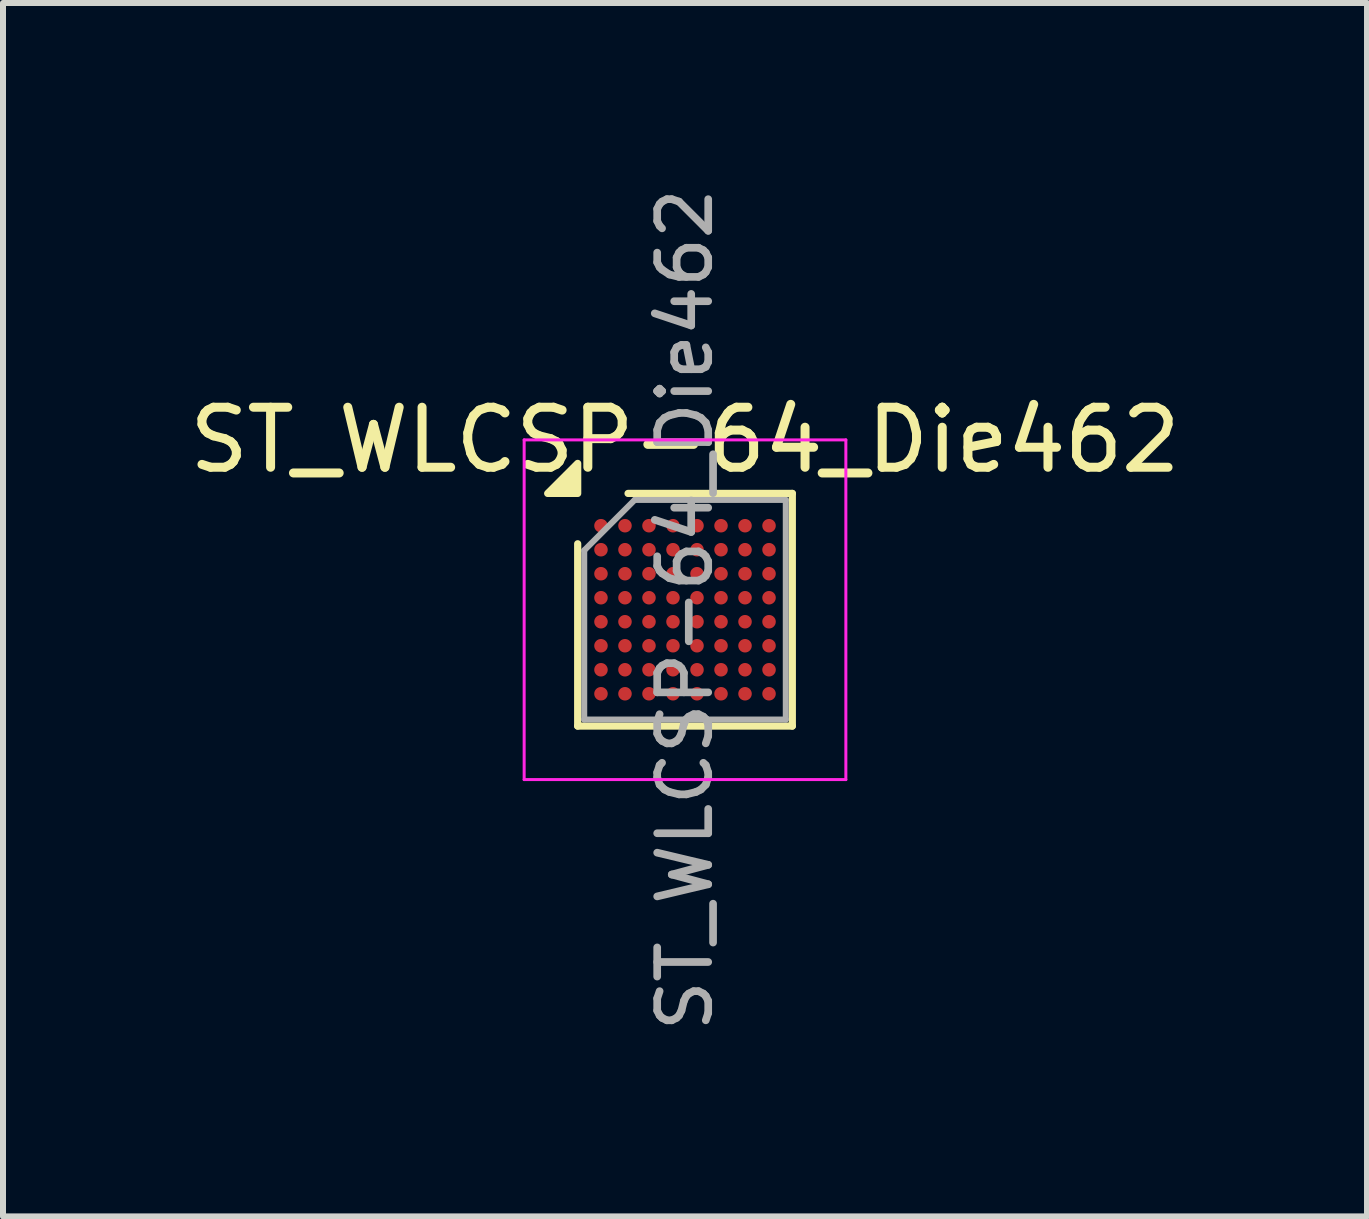
<source format=kicad_pcb>
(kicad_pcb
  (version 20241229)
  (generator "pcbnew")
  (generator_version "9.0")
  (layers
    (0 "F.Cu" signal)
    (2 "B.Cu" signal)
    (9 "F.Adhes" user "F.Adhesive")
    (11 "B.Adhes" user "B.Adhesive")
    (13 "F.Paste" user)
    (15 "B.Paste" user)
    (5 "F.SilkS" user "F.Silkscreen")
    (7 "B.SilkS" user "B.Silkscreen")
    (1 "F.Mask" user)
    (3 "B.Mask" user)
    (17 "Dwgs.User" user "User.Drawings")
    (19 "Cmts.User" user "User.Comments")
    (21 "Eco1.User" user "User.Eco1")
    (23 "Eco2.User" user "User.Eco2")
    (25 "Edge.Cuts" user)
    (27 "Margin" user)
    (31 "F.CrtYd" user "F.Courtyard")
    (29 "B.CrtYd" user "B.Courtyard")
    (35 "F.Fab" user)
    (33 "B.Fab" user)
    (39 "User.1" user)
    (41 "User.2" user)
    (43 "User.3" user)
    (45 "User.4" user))
  (footprint "ST_WLCSP-64_Die462"
    (layer "F.Cu")
    (at 8.363 7.109)
    (property "Reference" "ST_WLCSP-64_Die462" (at 0 -2.829 0) (layer "F.SilkS") (effects (font (size 1 1) (thickness 0.15))))
    (attr smd)
    (fp_line (start -1.788 1.938) (end -1.788 -1.099) (stroke (width 0.12) (type solid)) (layer "F.SilkS"))
    (fp_line (start -0.949 -1.938) (end 1.788 -1.938) (stroke (width 0.12) (type solid)) (layer "F.SilkS"))
    (fp_line (start 1.788 -1.938) (end 1.788 1.938) (stroke (width 0.12) (type solid)) (layer "F.SilkS"))
    (fp_line (start 1.788 1.938) (end -1.788 1.938) (stroke (width 0.12) (type solid)) (layer "F.SilkS"))
    (fp_poly (pts (xy -1.788 -1.938) (xy -2.288 -1.938) (xy -1.788 -2.438) (xy -1.788 -1.938)) (stroke (width 0.12) (type solid)) (fill yes) (layer "F.SilkS"))
    (fp_line (start -2.68 -2.83) (end -2.68 2.83) (stroke (width 0.05) (type solid)) (layer "F.CrtYd"))
    (fp_line (start -2.68 2.83) (end 2.68 2.83) (stroke (width 0.05) (type solid)) (layer "F.CrtYd"))
    (fp_line (start 2.68 -2.83) (end -2.68 -2.83) (stroke (width 0.05) (type solid)) (layer "F.CrtYd"))
    (fp_line (start 2.68 2.83) (end 2.68 -2.83) (stroke (width 0.05) (type solid)) (layer "F.CrtYd"))
    (fp_line (start -1.679 -0.989) (end -0.839 -1.829) (stroke (width 0.1) (type solid)) (layer "F.Fab"))
    (fp_line (start -1.679 1.829) (end -1.679 -0.989) (stroke (width 0.1) (type solid)) (layer "F.Fab"))
    (fp_line (start -0.839 -1.829) (end 1.679 -1.829) (stroke (width 0.1) (type solid)) (layer "F.Fab"))
    (fp_line (start 1.679 -1.829) (end 1.679 1.829) (stroke (width 0.1) (type solid)) (layer "F.Fab"))
    (fp_line (start 1.679 1.829) (end -1.679 1.829) (stroke (width 0.1) (type solid)) (layer "F.Fab"))
    (fp_text user "${REFERENCE}" (at 0 0 270) (layer "F.Fab") (effects (font (size 0.85 0.85) (thickness 0.128))))
    (pad "A1" smd circle (at -1.4 -1.4) (size 0.225 0.225) (property pad_prop_bga) (layers "F.Cu" "F.Mask" "F.Paste"))
    (pad "A2" smd circle (at -1 -1.4) (size 0.225 0.225) (property pad_prop_bga) (layers "F.Cu" "F.Mask" "F.Paste"))
    (pad "A3" smd circle (at -0.6 -1.4) (size 0.225 0.225) (property pad_prop_bga) (layers "F.Cu" "F.Mask" "F.Paste"))
    (pad "A4" smd circle (at -0.2 -1.4) (size 0.225 0.225) (property pad_prop_bga) (layers "F.Cu" "F.Mask" "F.Paste"))
    (pad "A5" smd circle (at 0.2 -1.4) (size 0.225 0.225) (property pad_prop_bga) (layers "F.Cu" "F.Mask" "F.Paste"))
    (pad "A6" smd circle (at 0.6 -1.4) (size 0.225 0.225) (property pad_prop_bga) (layers "F.Cu" "F.Mask" "F.Paste"))
    (pad "A7" smd circle (at 1 -1.4) (size 0.225 0.225) (property pad_prop_bga) (layers "F.Cu" "F.Mask" "F.Paste"))
    (pad "A8" smd circle (at 1.4 -1.4) (size 0.225 0.225) (property pad_prop_bga) (layers "F.Cu" "F.Mask" "F.Paste"))
    (pad "B1" smd circle (at -1.4 -1) (size 0.225 0.225) (property pad_prop_bga) (layers "F.Cu" "F.Mask" "F.Paste"))
    (pad "B2" smd circle (at -1 -1) (size 0.225 0.225) (property pad_prop_bga) (layers "F.Cu" "F.Mask" "F.Paste"))
    (pad "B3" smd circle (at -0.6 -1) (size 0.225 0.225) (property pad_prop_bga) (layers "F.Cu" "F.Mask" "F.Paste"))
    (pad "B4" smd circle (at -0.2 -1) (size 0.225 0.225) (property pad_prop_bga) (layers "F.Cu" "F.Mask" "F.Paste"))
    (pad "B5" smd circle (at 0.2 -1) (size 0.225 0.225) (property pad_prop_bga) (layers "F.Cu" "F.Mask" "F.Paste"))
    (pad "B6" smd circle (at 0.6 -1) (size 0.225 0.225) (property pad_prop_bga) (layers "F.Cu" "F.Mask" "F.Paste"))
    (pad "B7" smd circle (at 1 -1) (size 0.225 0.225) (property pad_prop_bga) (layers "F.Cu" "F.Mask" "F.Paste"))
    (pad "B8" smd circle (at 1.4 -1) (size 0.225 0.225) (property pad_prop_bga) (layers "F.Cu" "F.Mask" "F.Paste"))
    (pad "C1" smd circle (at -1.4 -0.6) (size 0.225 0.225) (property pad_prop_bga) (layers "F.Cu" "F.Mask" "F.Paste"))
    (pad "C2" smd circle (at -1 -0.6) (size 0.225 0.225) (property pad_prop_bga) (layers "F.Cu" "F.Mask" "F.Paste"))
    (pad "C3" smd circle (at -0.6 -0.6) (size 0.225 0.225) (property pad_prop_bga) (layers "F.Cu" "F.Mask" "F.Paste"))
    (pad "C4" smd circle (at -0.2 -0.6) (size 0.225 0.225) (property pad_prop_bga) (layers "F.Cu" "F.Mask" "F.Paste"))
    (pad "C5" smd circle (at 0.2 -0.6) (size 0.225 0.225) (property pad_prop_bga) (layers "F.Cu" "F.Mask" "F.Paste"))
    (pad "C6" smd circle (at 0.6 -0.6) (size 0.225 0.225) (property pad_prop_bga) (layers "F.Cu" "F.Mask" "F.Paste"))
    (pad "C7" smd circle (at 1 -0.6) (size 0.225 0.225) (property pad_prop_bga) (layers "F.Cu" "F.Mask" "F.Paste"))
    (pad "C8" smd circle (at 1.4 -0.6) (size 0.225 0.225) (property pad_prop_bga) (layers "F.Cu" "F.Mask" "F.Paste"))
    (pad "D1" smd circle (at -1.4 -0.2) (size 0.225 0.225) (property pad_prop_bga) (layers "F.Cu" "F.Mask" "F.Paste"))
    (pad "D2" smd circle (at -1 -0.2) (size 0.225 0.225) (property pad_prop_bga) (layers "F.Cu" "F.Mask" "F.Paste"))
    (pad "D3" smd circle (at -0.6 -0.2) (size 0.225 0.225) (property pad_prop_bga) (layers "F.Cu" "F.Mask" "F.Paste"))
    (pad "D4" smd circle (at -0.2 -0.2) (size 0.225 0.225) (property pad_prop_bga) (layers "F.Cu" "F.Mask" "F.Paste"))
    (pad "D5" smd circle (at 0.2 -0.2) (size 0.225 0.225) (property pad_prop_bga) (layers "F.Cu" "F.Mask" "F.Paste"))
    (pad "D6" smd circle (at 0.6 -0.2) (size 0.225 0.225) (property pad_prop_bga) (layers "F.Cu" "F.Mask" "F.Paste"))
    (pad "D7" smd circle (at 1 -0.2) (size 0.225 0.225) (property pad_prop_bga) (layers "F.Cu" "F.Mask" "F.Paste"))
    (pad "D8" smd circle (at 1.4 -0.2) (size 0.225 0.225) (property pad_prop_bga) (layers "F.Cu" "F.Mask" "F.Paste"))
    (pad "E1" smd circle (at -1.4 0.2) (size 0.225 0.225) (property pad_prop_bga) (layers "F.Cu" "F.Mask" "F.Paste"))
    (pad "E2" smd circle (at -1 0.2) (size 0.225 0.225) (property pad_prop_bga) (layers "F.Cu" "F.Mask" "F.Paste"))
    (pad "E3" smd circle (at -0.6 0.2) (size 0.225 0.225) (property pad_prop_bga) (layers "F.Cu" "F.Mask" "F.Paste"))
    (pad "E4" smd circle (at -0.2 0.2) (size 0.225 0.225) (property pad_prop_bga) (layers "F.Cu" "F.Mask" "F.Paste"))
    (pad "E5" smd circle (at 0.2 0.2) (size 0.225 0.225) (property pad_prop_bga) (layers "F.Cu" "F.Mask" "F.Paste"))
    (pad "E6" smd circle (at 0.6 0.2) (size 0.225 0.225) (property pad_prop_bga) (layers "F.Cu" "F.Mask" "F.Paste"))
    (pad "E7" smd circle (at 1 0.2) (size 0.225 0.225) (property pad_prop_bga) (layers "F.Cu" "F.Mask" "F.Paste"))
    (pad "E8" smd circle (at 1.4 0.2) (size 0.225 0.225) (property pad_prop_bga) (layers "F.Cu" "F.Mask" "F.Paste"))
    (pad "F1" smd circle (at -1.4 0.6) (size 0.225 0.225) (property pad_prop_bga) (layers "F.Cu" "F.Mask" "F.Paste"))
    (pad "F2" smd circle (at -1 0.6) (size 0.225 0.225) (property pad_prop_bga) (layers "F.Cu" "F.Mask" "F.Paste"))
    (pad "F3" smd circle (at -0.6 0.6) (size 0.225 0.225) (property pad_prop_bga) (layers "F.Cu" "F.Mask" "F.Paste"))
    (pad "F4" smd circle (at -0.2 0.6) (size 0.225 0.225) (property pad_prop_bga) (layers "F.Cu" "F.Mask" "F.Paste"))
    (pad "F5" smd circle (at 0.2 0.6) (size 0.225 0.225) (property pad_prop_bga) (layers "F.Cu" "F.Mask" "F.Paste"))
    (pad "F6" smd circle (at 0.6 0.6) (size 0.225 0.225) (property pad_prop_bga) (layers "F.Cu" "F.Mask" "F.Paste"))
    (pad "F7" smd circle (at 1 0.6) (size 0.225 0.225) (property pad_prop_bga) (layers "F.Cu" "F.Mask" "F.Paste"))
    (pad "F8" smd circle (at 1.4 0.6) (size 0.225 0.225) (property pad_prop_bga) (layers "F.Cu" "F.Mask" "F.Paste"))
    (pad "G1" smd circle (at -1.4 1) (size 0.225 0.225) (property pad_prop_bga) (layers "F.Cu" "F.Mask" "F.Paste"))
    (pad "G2" smd circle (at -1 1) (size 0.225 0.225) (property pad_prop_bga) (layers "F.Cu" "F.Mask" "F.Paste"))
    (pad "G3" smd circle (at -0.6 1) (size 0.225 0.225) (property pad_prop_bga) (layers "F.Cu" "F.Mask" "F.Paste"))
    (pad "G4" smd circle (at -0.2 1) (size 0.225 0.225) (property pad_prop_bga) (layers "F.Cu" "F.Mask" "F.Paste"))
    (pad "G5" smd circle (at 0.2 1) (size 0.225 0.225) (property pad_prop_bga) (layers "F.Cu" "F.Mask" "F.Paste"))
    (pad "G6" smd circle (at 0.6 1) (size 0.225 0.225) (property pad_prop_bga) (layers "F.Cu" "F.Mask" "F.Paste"))
    (pad "G7" smd circle (at 1 1) (size 0.225 0.225) (property pad_prop_bga) (layers "F.Cu" "F.Mask" "F.Paste"))
    (pad "G8" smd circle (at 1.4 1) (size 0.225 0.225) (property pad_prop_bga) (layers "F.Cu" "F.Mask" "F.Paste"))
    (pad "H1" smd circle (at -1.4 1.4) (size 0.225 0.225) (property pad_prop_bga) (layers "F.Cu" "F.Mask" "F.Paste"))
    (pad "H2" smd circle (at -1 1.4) (size 0.225 0.225) (property pad_prop_bga) (layers "F.Cu" "F.Mask" "F.Paste"))
    (pad "H3" smd circle (at -0.6 1.4) (size 0.225 0.225) (property pad_prop_bga) (layers "F.Cu" "F.Mask" "F.Paste"))
    (pad "H4" smd circle (at -0.2 1.4) (size 0.225 0.225) (property pad_prop_bga) (layers "F.Cu" "F.Mask" "F.Paste"))
    (pad "H5" smd circle (at 0.2 1.4) (size 0.225 0.225) (property pad_prop_bga) (layers "F.Cu" "F.Mask" "F.Paste"))
    (pad "H6" smd circle (at 0.6 1.4) (size 0.225 0.225) (property pad_prop_bga) (layers "F.Cu" "F.Mask" "F.Paste"))
    (pad "H7" smd circle (at 1 1.4) (size 0.225 0.225) (property pad_prop_bga) (layers "F.Cu" "F.Mask" "F.Paste"))
    (pad "H8" smd circle (at 1.4 1.4) (size 0.225 0.225) (property pad_prop_bga) (layers "F.Cu" "F.Mask" "F.Paste")))
  (gr_rect
    (start -3 -3)
    (end 19.726 17.217)
    (stroke (width 0.1) (type default))
    (fill no)
    (layer "Edge.Cuts")))
</source>
